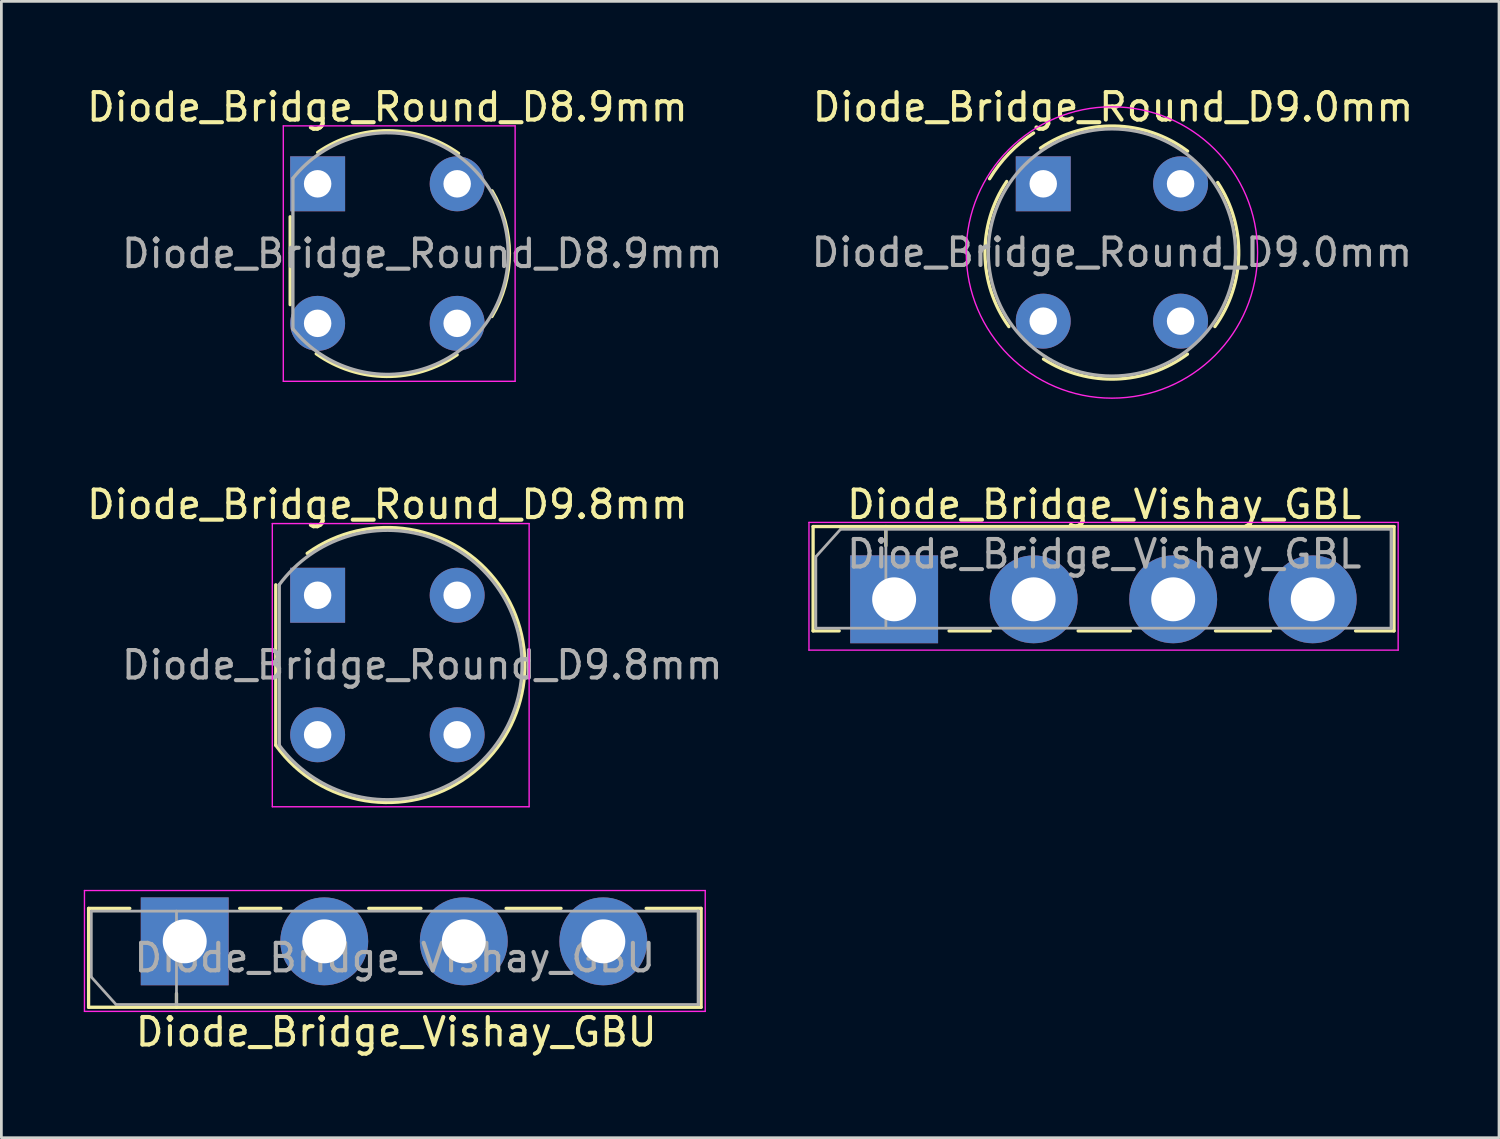
<source format=kicad_pcb>
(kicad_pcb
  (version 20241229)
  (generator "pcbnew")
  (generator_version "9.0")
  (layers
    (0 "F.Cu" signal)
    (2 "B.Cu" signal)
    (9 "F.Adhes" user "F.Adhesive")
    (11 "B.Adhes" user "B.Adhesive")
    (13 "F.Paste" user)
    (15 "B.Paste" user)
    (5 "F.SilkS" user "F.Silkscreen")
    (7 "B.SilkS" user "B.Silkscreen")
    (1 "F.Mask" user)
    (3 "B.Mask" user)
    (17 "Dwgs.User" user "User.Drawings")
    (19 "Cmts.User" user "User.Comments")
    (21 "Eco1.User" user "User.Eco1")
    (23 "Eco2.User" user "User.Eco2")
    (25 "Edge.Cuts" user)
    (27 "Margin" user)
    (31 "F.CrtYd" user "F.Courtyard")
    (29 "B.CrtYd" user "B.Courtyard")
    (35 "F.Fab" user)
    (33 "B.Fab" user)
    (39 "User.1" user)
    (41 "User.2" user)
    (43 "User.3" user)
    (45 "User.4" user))
  (footprint "Diode_Bridge_Round_D9.8mm"
    (layer "F.Cu")
    (at 8.514 18.621)
    (property "Reference" "Diode_Bridge_Round_D9.8mm" (at 2.54 -3.302 0) (layer "F.SilkS") (effects (font (size 1 1) (thickness 0.15))))
    (attr through_hole)
    (fp_line (start -1.524 -0.381) (end -1.524 5.461) (stroke (width 0.12) (type solid)) (layer "F.SilkS"))
    (fp_arc (start -0.381 -1.524) (mid 7.479141 3.348223) (end -1.524 5.461) (stroke (width 0.12) (type solid)) (layer "F.SilkS"))
    (fp_line (start -1.65 -2.61) (end -1.65 7.7) (stroke (width 0.05) (type solid)) (layer "F.CrtYd"))
    (fp_line (start -1.65 -2.61) (end 7.7 -2.61) (stroke (width 0.05) (type solid)) (layer "F.CrtYd"))
    (fp_line (start 7.7 7.7) (end -1.65 7.7) (stroke (width 0.05) (type solid)) (layer "F.CrtYd"))
    (fp_line (start 7.7 7.7) (end 7.7 -2.61) (stroke (width 0.05) (type solid)) (layer "F.CrtYd"))
    (fp_line (start -1.397 5.461) (end -1.397 -0.381) (stroke (width 0.12) (type solid)) (layer "F.Fab"))
    (fp_arc (start -1.4 -0.38) (mid 7.444079 2.54366) (end -1.404354 5.454115) (stroke (width 0.12) (type solid)) (layer "F.Fab"))
    (fp_text user "${REFERENCE}" (at 3.81 2.54 0) (layer "F.Fab") (effects (font (size 1 1) (thickness 0.15))))
    (pad "1" thru_hole rect (at 0 0) (size 2 2) (drill 1) (layers "*.Cu" "*.Mask"))
    (pad "2" thru_hole oval (at 0 5.08) (size 2 2) (drill 1) (layers "*.Cu" "*.Mask"))
    (pad "3" thru_hole oval (at 5.08 5.08) (size 2 2) (drill 1) (layers "*.Cu" "*.Mask"))
    (pad "4" thru_hole oval (at 5.08 0) (size 2 2) (drill 1) (layers "*.Cu" "*.Mask")))
  (footprint "Diode_Bridge_Round_D9.0mm"
    (layer "F.Cu")
    (at 34.931 3.642)
    (property "Reference" "Diode_Bridge_Round_D9.0mm" (at 2.54 -2.794 0) (layer "F.SilkS") (effects (font (size 1 1) (thickness 0.15))))
    (attr through_hole)
    (fp_arc (start -1.954487 -0.183757) (mid -1.246061 -1.107219) (end -0.35 -1.85) (stroke (width 0.12) (type solid)) (layer "F.SilkS"))
    (fp_arc (start -1.25 5.2) (mid -2.120355 2.569427) (end -1.329431 -0.086109) (stroke (width 0.12) (type solid)) (layer "F.SilkS"))
    (fp_arc (start -0.1 -1.3) (mid 2.595106 -2.103363) (end 5.254731 -1.189371) (stroke (width 0.12) (type solid)) (layer "F.SilkS"))
    (fp_arc (start 5.25 6.2) (mid 2.657169 7.107363) (end 0.008533 6.3788) (stroke (width 0.12) (type solid)) (layer "F.SilkS"))
    (fp_arc (start 6.35 -0.05) (mid 7.117021 2.590098) (end 6.247584 5.198261) (stroke (width 0.12) (type solid)) (layer "F.SilkS"))
    (fp_circle (center 2.5 2.5) (end -1.3 -1.2) (stroke (width 0.05) (type solid)) (fill no) (layer "F.CrtYd"))
    (fp_arc (start -2 2.5) (mid 7 2.5) (end -2 2.5) (stroke (width 0.12) (type solid)) (layer "F.Fab"))
    (fp_text user "${REFERENCE}" (at 2.5 2.5 0) (layer "F.Fab") (effects (font (size 1 1) (thickness 0.15))))
    (pad "1" thru_hole rect (at 0 0) (size 2 2) (drill 1) (layers "*.Cu" "*.Mask"))
    (pad "2" thru_hole oval (at 0 5) (size 2 2) (drill 1) (layers "*.Cu" "*.Mask"))
    (pad "3" thru_hole oval (at 5 5) (size 2 2) (drill 1) (layers "*.Cu" "*.Mask"))
    (pad "4" thru_hole oval (at 5 0) (size 2 2) (drill 1) (layers "*.Cu" "*.Mask")))
  (footprint "Diode_Bridge_Round_D8.9mm"
    (layer "F.Cu")
    (at 8.514 3.642)
    (property "Reference" "Diode_Bridge_Round_D8.9mm" (at 2.54 -2.794 0) (layer "F.SilkS") (effects (font (size 1 1) (thickness 0.15))))
    (attr through_hole)
    (fp_line (start -1 1.2) (end -1 4.4) (stroke (width 0.12) (type solid)) (layer "F.SilkS"))
    (fp_arc (start 0 -1.143) (mid 2.571836 -1.933821) (end 5.132157 -1.106479) (stroke (width 0.12) (type solid)) (layer "F.SilkS"))
    (fp_arc (start 5.08 6.223) (mid 2.508164 7.013821) (end -0.052157 6.186479) (stroke (width 0.12) (type solid)) (layer "F.SilkS"))
    (fp_arc (start 6.35 0.254) (mid 6.983184 2.54281) (end 6.347105 4.830818) (stroke (width 0.12) (type solid)) (layer "F.SilkS"))
    (fp_line (start -1.25 -2.11) (end -1.25 7.19) (stroke (width 0.05) (type solid)) (layer "F.CrtYd"))
    (fp_line (start -1.25 -2.11) (end 7.19 -2.11) (stroke (width 0.05) (type solid)) (layer "F.CrtYd"))
    (fp_line (start 7.19 7.19) (end -1.25 7.19) (stroke (width 0.05) (type solid)) (layer "F.CrtYd"))
    (fp_line (start 7.19 7.19) (end 7.19 -2.11) (stroke (width 0.05) (type solid)) (layer "F.CrtYd"))
    (fp_line (start -0.9 -0.2) (end -0.9 5.3) (stroke (width 0.12) (type solid)) (layer "F.Fab"))
    (fp_arc (start -0.9 -0.2) (mid 6.937862 2.542896) (end -0.903606 5.275467) (stroke (width 0.12) (type solid)) (layer "F.Fab"))
    (fp_text user "${REFERENCE}" (at 3.81 2.54 0) (layer "F.Fab") (effects (font (size 1 1) (thickness 0.15))))
    (pad "1" thru_hole rect (at 0 0) (size 2 2) (drill 1) (layers "*.Cu" "*.Mask"))
    (pad "2" thru_hole oval (at 0 5.08) (size 2 2) (drill 1) (layers "*.Cu" "*.Mask"))
    (pad "3" thru_hole oval (at 5.08 5.08) (size 2 2) (drill 1) (layers "*.Cu" "*.Mask"))
    (pad "4" thru_hole oval (at 5.08 0) (size 2 2) (drill 1) (layers "*.Cu" "*.Mask")))
  (footprint "Diode_Bridge_Vishay_GBU"
    (layer "F.Cu")
    (at 3.675 31.221)
    (property "Reference" "Diode_Bridge_Vishay_GBU" (at 7.7 3.3 180) (layer "F.SilkS") (effects (font (size 1 1) (thickness 0.15))))
    (attr through_hole)
    (fp_line (start -3.5 -1.2) (end -2 -1.2) (stroke (width 0.12) (type solid)) (layer "F.SilkS"))
    (fp_line (start -3.5 2.4) (end -3.5 -1.2) (stroke (width 0.12) (type solid)) (layer "F.SilkS"))
    (fp_line (start -0.3 2.4) (end -0.3 1.9) (stroke (width 0.12) (type solid)) (layer "F.SilkS"))
    (fp_line (start 2 -1.2) (end 3.5 -1.2) (stroke (width 0.12) (type solid)) (layer "F.SilkS"))
    (fp_line (start 6.7 -1.2) (end 8.6 -1.2) (stroke (width 0.12) (type solid)) (layer "F.SilkS"))
    (fp_line (start 11.7 -1.2) (end 13.7 -1.2) (stroke (width 0.12) (type solid)) (layer "F.SilkS"))
    (fp_line (start 16.8 -1.2) (end 18.8 -1.2) (stroke (width 0.12) (type solid)) (layer "F.SilkS"))
    (fp_line (start 18.8 -1.2) (end 18.8 2.4) (stroke (width 0.12) (type solid)) (layer "F.SilkS"))
    (fp_line (start 18.8 2.4) (end -3.5 2.4) (stroke (width 0.12) (type solid)) (layer "F.SilkS"))
    (fp_line (start -3.65 2.55) (end -3.65 -1.85) (stroke (width 0.05) (type solid)) (layer "F.CrtYd"))
    (fp_line (start -3.65 2.55) (end 18.95 2.55) (stroke (width 0.05) (type solid)) (layer "F.CrtYd"))
    (fp_line (start 18.95 -1.85) (end -3.65 -1.85) (stroke (width 0.05) (type solid)) (layer "F.CrtYd"))
    (fp_line (start 18.95 -1.85) (end 18.95 2.55) (stroke (width 0.05) (type solid)) (layer "F.CrtYd"))
    (fp_line (start -3.4 -1.1) (end 18.7 -1.1) (stroke (width 0.1) (type solid)) (layer "F.Fab"))
    (fp_line (start -3.4 1.3) (end -3.4 -1.1) (stroke (width 0.1) (type solid)) (layer "F.Fab"))
    (fp_line (start -2.5 2.3) (end -3.4 1.3) (stroke (width 0.1) (type solid)) (layer "F.Fab"))
    (fp_line (start -0.3 2.3) (end -0.3 -1.1) (stroke (width 0.1) (type solid)) (layer "F.Fab"))
    (fp_line (start 18.7 -1.1) (end 18.7 2.3) (stroke (width 0.12) (type solid)) (layer "F.Fab"))
    (fp_line (start 18.7 2.3) (end -2.5 2.3) (stroke (width 0.1) (type solid)) (layer "F.Fab"))
    (fp_text user "${REFERENCE}" (at 7.65 0.6 180) (layer "F.Fab") (effects (font (size 1 1) (thickness 0.15))))
    (pad "1" thru_hole rect (at 0 0) (size 3.2 3.2) (drill 1.6) (layers "*.Cu" "*.Mask"))
    (pad "2" thru_hole circle (at 5.08 0) (size 3.2 3.2) (drill 1.6) (layers "*.Cu" "*.Mask"))
    (pad "3" thru_hole circle (at 10.16 0) (size 3.2 3.2) (drill 1.6) (layers "*.Cu" "*.Mask"))
    (pad "4" thru_hole circle (at 15.24 0) (size 3.2 3.2) (drill 1.6) (layers "*.Cu" "*.Mask")))
  (footprint "Diode_Bridge_Vishay_GBL"
    (layer "F.Cu")
    (at 29.502 18.769)
    (property "Reference" "Diode_Bridge_Vishay_GBL" (at 7.65 -3.45 0) (layer "F.SilkS") (effects (font (size 1 1) (thickness 0.15))))
    (attr through_hole)
    (fp_line (start -2.95 -2.65) (end -2.95 1.15) (stroke (width 0.12) (type solid)) (layer "F.SilkS"))
    (fp_line (start -2.95 1.15) (end -2 1.15) (stroke (width 0.12) (type solid)) (layer "F.SilkS"))
    (fp_line (start -0.3 -2.65) (end -0.3 -1.95) (stroke (width 0.12) (type solid)) (layer "F.SilkS"))
    (fp_line (start 2 1.15) (end 3.5 1.15) (stroke (width 0.12) (type solid)) (layer "F.SilkS"))
    (fp_line (start 6.7 1.15) (end 8.6 1.15) (stroke (width 0.12) (type solid)) (layer "F.SilkS"))
    (fp_line (start 11.7 1.15) (end 13.7 1.15) (stroke (width 0.12) (type solid)) (layer "F.SilkS"))
    (fp_line (start 16.8 1.15) (end 18.2 1.15) (stroke (width 0.12) (type solid)) (layer "F.SilkS"))
    (fp_line (start 18.2 -2.65) (end -2.95 -2.65) (stroke (width 0.12) (type solid)) (layer "F.SilkS"))
    (fp_line (start 18.2 1.15) (end 18.2 -2.65) (stroke (width 0.12) (type solid)) (layer "F.SilkS"))
    (fp_line (start -3.1 1.85) (end -3.1 -2.8) (stroke (width 0.05) (type solid)) (layer "F.CrtYd"))
    (fp_line (start -3.1 1.85) (end 18.35 1.85) (stroke (width 0.05) (type solid)) (layer "F.CrtYd"))
    (fp_line (start 18.35 -2.8) (end -3.1 -2.8) (stroke (width 0.05) (type solid)) (layer "F.CrtYd"))
    (fp_line (start 18.35 -2.8) (end 18.35 1.85) (stroke (width 0.05) (type solid)) (layer "F.CrtYd"))
    (fp_line (start -2.85 -1.55) (end -2.85 1.05) (stroke (width 0.1) (type solid)) (layer "F.Fab"))
    (fp_line (start -2.85 1.05) (end 18.1 1.05) (stroke (width 0.1) (type solid)) (layer "F.Fab"))
    (fp_line (start -1.95 -2.55) (end -2.85 -1.55) (stroke (width 0.1) (type solid)) (layer "F.Fab"))
    (fp_line (start -0.3 -2.55) (end -0.3 1.05) (stroke (width 0.1) (type solid)) (layer "F.Fab"))
    (fp_line (start 18.1 -2.55) (end -1.95 -2.55) (stroke (width 0.1) (type solid)) (layer "F.Fab"))
    (fp_line (start 18.1 1.05) (end 18.1 -2.55) (stroke (width 0.12) (type solid)) (layer "F.Fab"))
    (fp_text user "${REFERENCE}" (at 7.65 -1.65 0) (layer "F.Fab") (effects (font (size 1 1) (thickness 0.15))))
    (pad "1" thru_hole rect (at 0 0 180) (size 3.2 3.2) (drill 1.6) (layers "*.Cu" "*.Mask"))
    (pad "2" thru_hole circle (at 5.08 0 180) (size 3.2 3.2) (drill 1.6) (layers "*.Cu" "*.Mask"))
    (pad "3" thru_hole circle (at 10.16 0 180) (size 3.2 3.2) (drill 1.6) (layers "*.Cu" "*.Mask"))
    (pad "4" thru_hole circle (at 15.24 0 180) (size 3.2 3.2) (drill 1.6) (layers "*.Cu" "*.Mask")))
  (gr_rect
    (start -3 -3)
    (end 51.524 38.37)
    (stroke (width 0.1) (type default))
    (fill no)
    (layer "Edge.Cuts")))
</source>
